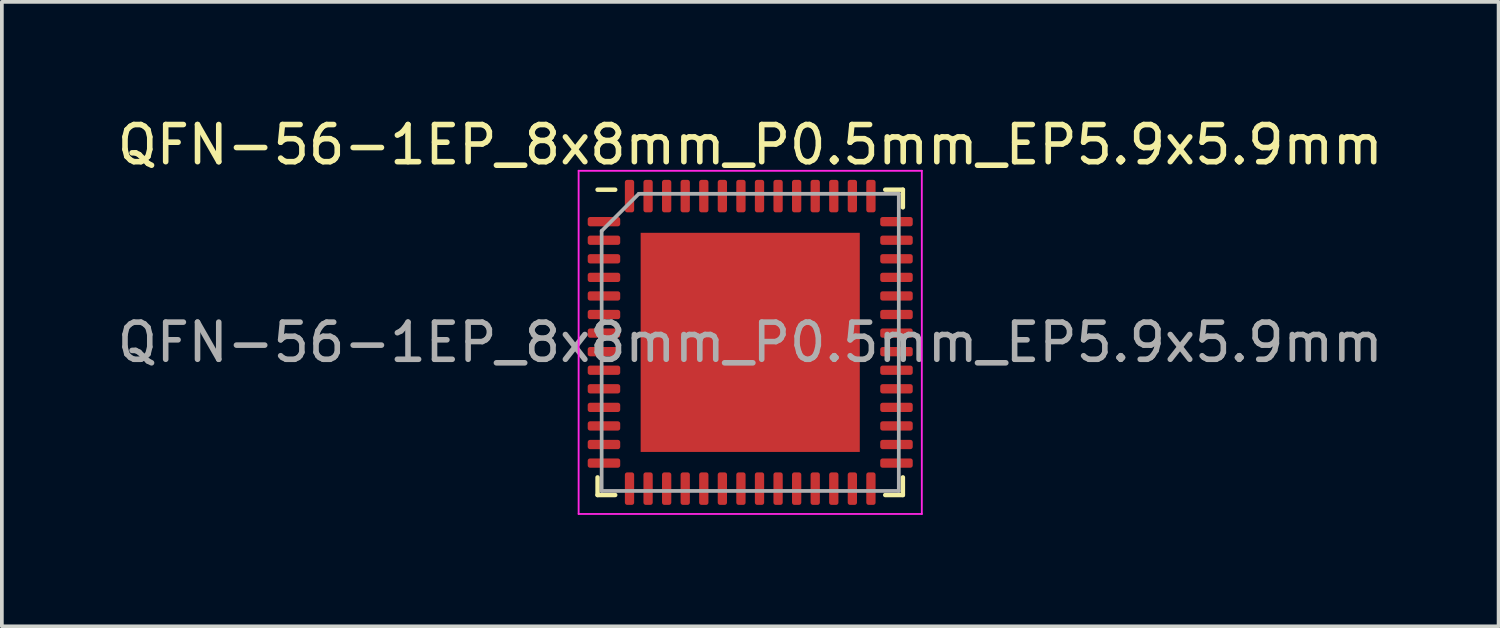
<source format=kicad_pcb>
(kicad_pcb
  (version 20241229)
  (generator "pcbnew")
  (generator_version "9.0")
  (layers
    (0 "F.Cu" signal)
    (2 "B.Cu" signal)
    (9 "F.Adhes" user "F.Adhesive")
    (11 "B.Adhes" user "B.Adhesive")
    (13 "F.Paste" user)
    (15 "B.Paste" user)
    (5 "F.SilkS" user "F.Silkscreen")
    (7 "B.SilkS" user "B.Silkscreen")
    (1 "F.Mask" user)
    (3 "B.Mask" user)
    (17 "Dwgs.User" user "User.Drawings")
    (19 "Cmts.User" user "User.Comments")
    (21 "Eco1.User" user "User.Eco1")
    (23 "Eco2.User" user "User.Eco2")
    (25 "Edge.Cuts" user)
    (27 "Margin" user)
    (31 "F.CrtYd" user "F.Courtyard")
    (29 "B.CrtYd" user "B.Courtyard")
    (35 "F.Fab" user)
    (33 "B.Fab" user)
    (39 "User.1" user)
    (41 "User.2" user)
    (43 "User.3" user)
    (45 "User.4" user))
  (footprint "QFN-56-1EP_8x8mm_P0.5mm_EP5.9x5.9mm"
    (layer "F.Cu")
    (at 17.149 6.168)
    (property "Reference" "QFN-56-1EP_8x8mm_P0.5mm_EP5.9x5.9mm" (at 0 -5.32 0) (layer "F.SilkS") (effects (font (size 1 1) (thickness 0.15))))
    (attr smd)
    (fp_line (start -4.11 4.11) (end -4.11 3.635) (stroke (width 0.12) (type solid)) (layer "F.SilkS"))
    (fp_line (start -3.635 -4.11) (end -4.11 -4.11) (stroke (width 0.12) (type solid)) (layer "F.SilkS"))
    (fp_line (start -3.635 4.11) (end -4.11 4.11) (stroke (width 0.12) (type solid)) (layer "F.SilkS"))
    (fp_line (start 3.635 -4.11) (end 4.11 -4.11) (stroke (width 0.12) (type solid)) (layer "F.SilkS"))
    (fp_line (start 3.635 4.11) (end 4.11 4.11) (stroke (width 0.12) (type solid)) (layer "F.SilkS"))
    (fp_line (start 4.11 -4.11) (end 4.11 -3.635) (stroke (width 0.12) (type solid)) (layer "F.SilkS"))
    (fp_line (start 4.11 4.11) (end 4.11 3.635) (stroke (width 0.12) (type solid)) (layer "F.SilkS"))
    (fp_line (start -4.62 -4.62) (end -4.62 4.62) (stroke (width 0.05) (type solid)) (layer "F.CrtYd"))
    (fp_line (start -4.62 4.62) (end 4.62 4.62) (stroke (width 0.05) (type solid)) (layer "F.CrtYd"))
    (fp_line (start 4.62 -4.62) (end -4.62 -4.62) (stroke (width 0.05) (type solid)) (layer "F.CrtYd"))
    (fp_line (start 4.62 4.62) (end 4.62 -4.62) (stroke (width 0.05) (type solid)) (layer "F.CrtYd"))
    (fp_line (start -4 -3) (end -3 -4) (stroke (width 0.1) (type solid)) (layer "F.Fab"))
    (fp_line (start -4 4) (end -4 -3) (stroke (width 0.1) (type solid)) (layer "F.Fab"))
    (fp_line (start -3 -4) (end 4 -4) (stroke (width 0.1) (type solid)) (layer "F.Fab"))
    (fp_line (start 4 -4) (end 4 4) (stroke (width 0.1) (type solid)) (layer "F.Fab"))
    (fp_line (start 4 4) (end -4 4) (stroke (width 0.1) (type solid)) (layer "F.Fab"))
    (fp_text user "${REFERENCE}" (at 0 0 0) (layer "F.Fab") (effects (font (size 1 1) (thickness 0.15))))
    (pad "" smd roundrect (at -2.1 -2.1) (size 1.13 1.13) (layers "F.Paste") (roundrect_rratio 0.221))
    (pad "" smd roundrect (at -2.1 -0.7) (size 1.13 1.13) (layers "F.Paste") (roundrect_rratio 0.221))
    (pad "" smd roundrect (at -2.1 0.7) (size 1.13 1.13) (layers "F.Paste") (roundrect_rratio 0.221))
    (pad "" smd roundrect (at -2.1 2.1) (size 1.13 1.13) (layers "F.Paste") (roundrect_rratio 0.221))
    (pad "" smd roundrect (at -0.7 -2.1) (size 1.13 1.13) (layers "F.Paste") (roundrect_rratio 0.221))
    (pad "" smd roundrect (at -0.7 -0.7) (size 1.13 1.13) (layers "F.Paste") (roundrect_rratio 0.221))
    (pad "" smd roundrect (at -0.7 0.7) (size 1.13 1.13) (layers "F.Paste") (roundrect_rratio 0.221))
    (pad "" smd roundrect (at -0.7 2.1) (size 1.13 1.13) (layers "F.Paste") (roundrect_rratio 0.221))
    (pad "" smd roundrect (at 0.7 -2.1) (size 1.13 1.13) (layers "F.Paste") (roundrect_rratio 0.221))
    (pad "" smd roundrect (at 0.7 -0.7) (size 1.13 1.13) (layers "F.Paste") (roundrect_rratio 0.221))
    (pad "" smd roundrect (at 0.7 0.7) (size 1.13 1.13) (layers "F.Paste") (roundrect_rratio 0.221))
    (pad "" smd roundrect (at 0.7 2.1) (size 1.13 1.13) (layers "F.Paste") (roundrect_rratio 0.221))
    (pad "" smd roundrect (at 2.1 -2.1) (size 1.13 1.13) (layers "F.Paste") (roundrect_rratio 0.221))
    (pad "" smd roundrect (at 2.1 -0.7) (size 1.13 1.13) (layers "F.Paste") (roundrect_rratio 0.221))
    (pad "" smd roundrect (at 2.1 0.7) (size 1.13 1.13) (layers "F.Paste") (roundrect_rratio 0.221))
    (pad "" smd roundrect (at 2.1 2.1) (size 1.13 1.13) (layers "F.Paste") (roundrect_rratio 0.221))
    (pad "1" smd roundrect (at -3.938 -3.25) (size 0.875 0.25) (layers "F.Cu" "F.Mask" "F.Paste") (roundrect_rratio 0.25))
    (pad "2" smd roundrect (at -3.938 -2.75) (size 0.875 0.25) (layers "F.Cu" "F.Mask" "F.Paste") (roundrect_rratio 0.25))
    (pad "3" smd roundrect (at -3.938 -2.25) (size 0.875 0.25) (layers "F.Cu" "F.Mask" "F.Paste") (roundrect_rratio 0.25))
    (pad "4" smd roundrect (at -3.938 -1.75) (size 0.875 0.25) (layers "F.Cu" "F.Mask" "F.Paste") (roundrect_rratio 0.25))
    (pad "5" smd roundrect (at -3.938 -1.25) (size 0.875 0.25) (layers "F.Cu" "F.Mask" "F.Paste") (roundrect_rratio 0.25))
    (pad "6" smd roundrect (at -3.938 -0.75) (size 0.875 0.25) (layers "F.Cu" "F.Mask" "F.Paste") (roundrect_rratio 0.25))
    (pad "7" smd roundrect (at -3.938 -0.25) (size 0.875 0.25) (layers "F.Cu" "F.Mask" "F.Paste") (roundrect_rratio 0.25))
    (pad "8" smd roundrect (at -3.938 0.25) (size 0.875 0.25) (layers "F.Cu" "F.Mask" "F.Paste") (roundrect_rratio 0.25))
    (pad "9" smd roundrect (at -3.938 0.75) (size 0.875 0.25) (layers "F.Cu" "F.Mask" "F.Paste") (roundrect_rratio 0.25))
    (pad "10" smd roundrect (at -3.938 1.25) (size 0.875 0.25) (layers "F.Cu" "F.Mask" "F.Paste") (roundrect_rratio 0.25))
    (pad "11" smd roundrect (at -3.938 1.75) (size 0.875 0.25) (layers "F.Cu" "F.Mask" "F.Paste") (roundrect_rratio 0.25))
    (pad "12" smd roundrect (at -3.938 2.25) (size 0.875 0.25) (layers "F.Cu" "F.Mask" "F.Paste") (roundrect_rratio 0.25))
    (pad "13" smd roundrect (at -3.938 2.75) (size 0.875 0.25) (layers "F.Cu" "F.Mask" "F.Paste") (roundrect_rratio 0.25))
    (pad "14" smd roundrect (at -3.938 3.25) (size 0.875 0.25) (layers "F.Cu" "F.Mask" "F.Paste") (roundrect_rratio 0.25))
    (pad "15" smd roundrect (at -3.25 3.938) (size 0.25 0.875) (layers "F.Cu" "F.Mask" "F.Paste") (roundrect_rratio 0.25))
    (pad "16" smd roundrect (at -2.75 3.938) (size 0.25 0.875) (layers "F.Cu" "F.Mask" "F.Paste") (roundrect_rratio 0.25))
    (pad "17" smd roundrect (at -2.25 3.938) (size 0.25 0.875) (layers "F.Cu" "F.Mask" "F.Paste") (roundrect_rratio 0.25))
    (pad "18" smd roundrect (at -1.75 3.938) (size 0.25 0.875) (layers "F.Cu" "F.Mask" "F.Paste") (roundrect_rratio 0.25))
    (pad "19" smd roundrect (at -1.25 3.938) (size 0.25 0.875) (layers "F.Cu" "F.Mask" "F.Paste") (roundrect_rratio 0.25))
    (pad "20" smd roundrect (at -0.75 3.938) (size 0.25 0.875) (layers "F.Cu" "F.Mask" "F.Paste") (roundrect_rratio 0.25))
    (pad "21" smd roundrect (at -0.25 3.938) (size 0.25 0.875) (layers "F.Cu" "F.Mask" "F.Paste") (roundrect_rratio 0.25))
    (pad "22" smd roundrect (at 0.25 3.938) (size 0.25 0.875) (layers "F.Cu" "F.Mask" "F.Paste") (roundrect_rratio 0.25))
    (pad "23" smd roundrect (at 0.75 3.938) (size 0.25 0.875) (layers "F.Cu" "F.Mask" "F.Paste") (roundrect_rratio 0.25))
    (pad "24" smd roundrect (at 1.25 3.938) (size 0.25 0.875) (layers "F.Cu" "F.Mask" "F.Paste") (roundrect_rratio 0.25))
    (pad "25" smd roundrect (at 1.75 3.938) (size 0.25 0.875) (layers "F.Cu" "F.Mask" "F.Paste") (roundrect_rratio 0.25))
    (pad "26" smd roundrect (at 2.25 3.938) (size 0.25 0.875) (layers "F.Cu" "F.Mask" "F.Paste") (roundrect_rratio 0.25))
    (pad "27" smd roundrect (at 2.75 3.938) (size 0.25 0.875) (layers "F.Cu" "F.Mask" "F.Paste") (roundrect_rratio 0.25))
    (pad "28" smd roundrect (at 3.25 3.938) (size 0.25 0.875) (layers "F.Cu" "F.Mask" "F.Paste") (roundrect_rratio 0.25))
    (pad "29" smd roundrect (at 3.938 3.25) (size 0.875 0.25) (layers "F.Cu" "F.Mask" "F.Paste") (roundrect_rratio 0.25))
    (pad "30" smd roundrect (at 3.938 2.75) (size 0.875 0.25) (layers "F.Cu" "F.Mask" "F.Paste") (roundrect_rratio 0.25))
    (pad "31" smd roundrect (at 3.938 2.25) (size 0.875 0.25) (layers "F.Cu" "F.Mask" "F.Paste") (roundrect_rratio 0.25))
    (pad "32" smd roundrect (at 3.938 1.75) (size 0.875 0.25) (layers "F.Cu" "F.Mask" "F.Paste") (roundrect_rratio 0.25))
    (pad "33" smd roundrect (at 3.938 1.25) (size 0.875 0.25) (layers "F.Cu" "F.Mask" "F.Paste") (roundrect_rratio 0.25))
    (pad "34" smd roundrect (at 3.938 0.75) (size 0.875 0.25) (layers "F.Cu" "F.Mask" "F.Paste") (roundrect_rratio 0.25))
    (pad "35" smd roundrect (at 3.938 0.25) (size 0.875 0.25) (layers "F.Cu" "F.Mask" "F.Paste") (roundrect_rratio 0.25))
    (pad "36" smd roundrect (at 3.938 -0.25) (size 0.875 0.25) (layers "F.Cu" "F.Mask" "F.Paste") (roundrect_rratio 0.25))
    (pad "37" smd roundrect (at 3.938 -0.75) (size 0.875 0.25) (layers "F.Cu" "F.Mask" "F.Paste") (roundrect_rratio 0.25))
    (pad "38" smd roundrect (at 3.938 -1.25) (size 0.875 0.25) (layers "F.Cu" "F.Mask" "F.Paste") (roundrect_rratio 0.25))
    (pad "39" smd roundrect (at 3.938 -1.75) (size 0.875 0.25) (layers "F.Cu" "F.Mask" "F.Paste") (roundrect_rratio 0.25))
    (pad "40" smd roundrect (at 3.938 -2.25) (size 0.875 0.25) (layers "F.Cu" "F.Mask" "F.Paste") (roundrect_rratio 0.25))
    (pad "41" smd roundrect (at 3.938 -2.75) (size 0.875 0.25) (layers "F.Cu" "F.Mask" "F.Paste") (roundrect_rratio 0.25))
    (pad "42" smd roundrect (at 3.938 -3.25) (size 0.875 0.25) (layers "F.Cu" "F.Mask" "F.Paste") (roundrect_rratio 0.25))
    (pad "43" smd roundrect (at 3.25 -3.938) (size 0.25 0.875) (layers "F.Cu" "F.Mask" "F.Paste") (roundrect_rratio 0.25))
    (pad "44" smd roundrect (at 2.75 -3.938) (size 0.25 0.875) (layers "F.Cu" "F.Mask" "F.Paste") (roundrect_rratio 0.25))
    (pad "45" smd roundrect (at 2.25 -3.938) (size 0.25 0.875) (layers "F.Cu" "F.Mask" "F.Paste") (roundrect_rratio 0.25))
    (pad "46" smd roundrect (at 1.75 -3.938) (size 0.25 0.875) (layers "F.Cu" "F.Mask" "F.Paste") (roundrect_rratio 0.25))
    (pad "47" smd roundrect (at 1.25 -3.938) (size 0.25 0.875) (layers "F.Cu" "F.Mask" "F.Paste") (roundrect_rratio 0.25))
    (pad "48" smd roundrect (at 0.75 -3.938) (size 0.25 0.875) (layers "F.Cu" "F.Mask" "F.Paste") (roundrect_rratio 0.25))
    (pad "49" smd roundrect (at 0.25 -3.938) (size 0.25 0.875) (layers "F.Cu" "F.Mask" "F.Paste") (roundrect_rratio 0.25))
    (pad "50" smd roundrect (at -0.25 -3.938) (size 0.25 0.875) (layers "F.Cu" "F.Mask" "F.Paste") (roundrect_rratio 0.25))
    (pad "51" smd roundrect (at -0.75 -3.938) (size 0.25 0.875) (layers "F.Cu" "F.Mask" "F.Paste") (roundrect_rratio 0.25))
    (pad "52" smd roundrect (at -1.25 -3.938) (size 0.25 0.875) (layers "F.Cu" "F.Mask" "F.Paste") (roundrect_rratio 0.25))
    (pad "53" smd roundrect (at -1.75 -3.938) (size 0.25 0.875) (layers "F.Cu" "F.Mask" "F.Paste") (roundrect_rratio 0.25))
    (pad "54" smd roundrect (at -2.25 -3.938) (size 0.25 0.875) (layers "F.Cu" "F.Mask" "F.Paste") (roundrect_rratio 0.25))
    (pad "55" smd roundrect (at -2.75 -3.938) (size 0.25 0.875) (layers "F.Cu" "F.Mask" "F.Paste") (roundrect_rratio 0.25))
    (pad "56" smd roundrect (at -3.25 -3.938) (size 0.25 0.875) (layers "F.Cu" "F.Mask" "F.Paste") (roundrect_rratio 0.25))
    (pad "57" smd rect (at 0 0) (size 5.9 5.9) (layers "F.Cu" "F.Mask")))
  (gr_rect
    (start -3 -3)
    (end 37.298 13.813)
    (stroke (width 0.1) (type default))
    (fill no)
    (layer "Edge.Cuts")))
</source>
